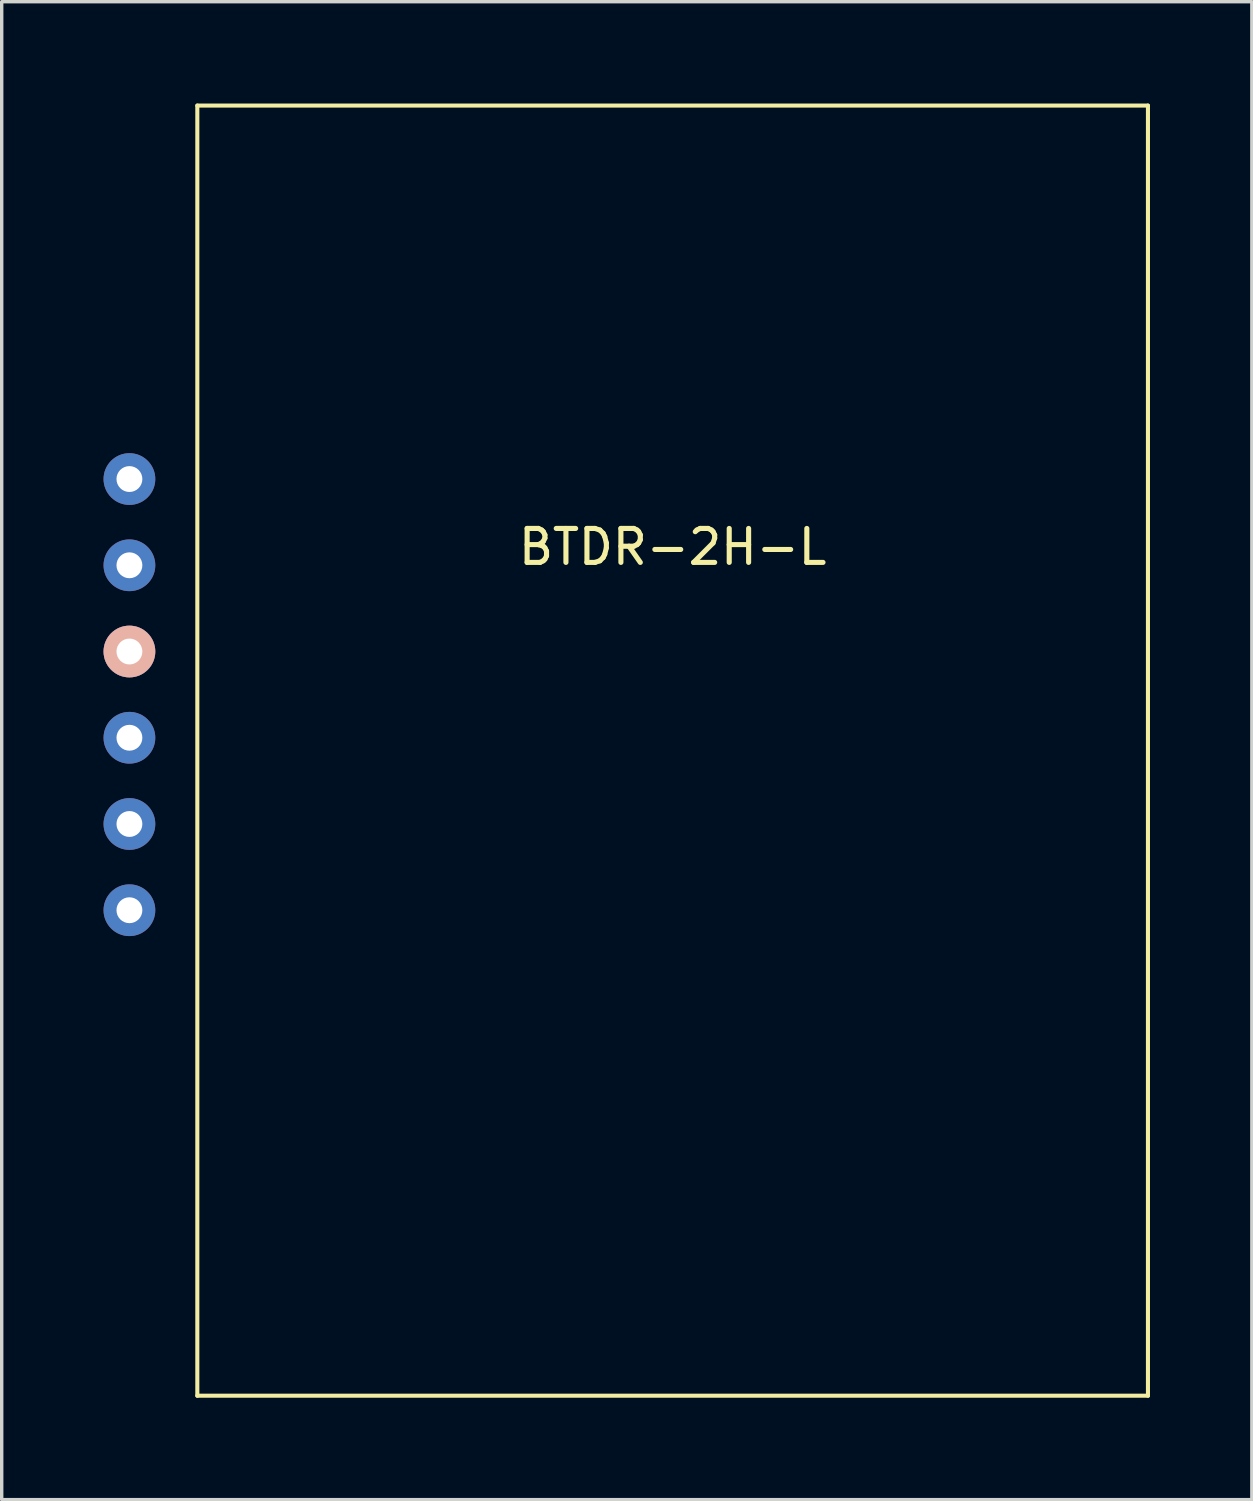
<source format=kicad_pcb>
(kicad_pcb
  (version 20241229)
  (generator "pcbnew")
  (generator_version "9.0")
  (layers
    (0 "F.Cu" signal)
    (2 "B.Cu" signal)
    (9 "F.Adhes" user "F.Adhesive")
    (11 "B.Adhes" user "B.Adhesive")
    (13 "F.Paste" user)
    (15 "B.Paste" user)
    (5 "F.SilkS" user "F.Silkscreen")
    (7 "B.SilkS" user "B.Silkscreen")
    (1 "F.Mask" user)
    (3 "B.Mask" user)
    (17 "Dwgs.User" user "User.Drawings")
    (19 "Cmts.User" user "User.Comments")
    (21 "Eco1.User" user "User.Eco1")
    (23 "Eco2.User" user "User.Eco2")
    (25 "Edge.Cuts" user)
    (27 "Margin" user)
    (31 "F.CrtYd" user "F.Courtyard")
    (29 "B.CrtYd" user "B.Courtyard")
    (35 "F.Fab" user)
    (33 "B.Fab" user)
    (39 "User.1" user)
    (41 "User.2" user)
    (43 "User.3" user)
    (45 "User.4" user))
  (footprint "BTDR-2H-L"
    (layer "F.Cu")
    (at 0.762 11.06)
    (property "Reference" "BTDR-2H-L" (at 16 2 0) (layer "F.SilkS") (effects (font (size 1 1) (thickness 0.15))))
    (attr through_hole)
    (fp_line (start 2 -11) (end 30 -11) (stroke (width 0.12) (type solid)) (layer "F.SilkS"))
    (fp_line (start 2 27) (end 2 -11) (stroke (width 0.12) (type solid)) (layer "F.SilkS"))
    (fp_line (start 30 -11) (end 30 27) (stroke (width 0.12) (type solid)) (layer "F.SilkS"))
    (fp_line (start 30 27) (end 2 27) (stroke (width 0.12) (type solid)) (layer "F.SilkS"))
    (pad "1" thru_hole circle (at 0 0) (size 1.524 1.524) (drill 0.762) (layers "*.Cu" "*.Mask" "B.Adhes"))
    (pad "2" thru_hole circle (at 0 2.54) (size 1.524 1.524) (drill 0.762) (layers "*.Cu" "*.Mask" "B.Adhes"))
    (pad "3" thru_hole circle (at 0 5.08) (size 1.524 1.524) (drill 0.762) (layers "*.Cu" "*.Mask" "B.SilkS"))
    (pad "4" thru_hole circle (at 0 7.62) (size 1.524 1.524) (drill 0.762) (layers "*.Cu" "*.Mask"))
    (pad "5" thru_hole circle (at 0 10.16) (size 1.524 1.524) (drill 0.762) (layers "*.Cu" "*.Mask"))
    (pad "6" thru_hole circle (at 0 12.7) (size 1.524 1.524) (drill 0.762) (layers "*.Cu" "*.Mask")))
  (gr_rect
    (start -3 -3)
    (end 33.822 41.12)
    (stroke (width 0.1) (type default))
    (fill no)
    (layer "Edge.Cuts")))
</source>
